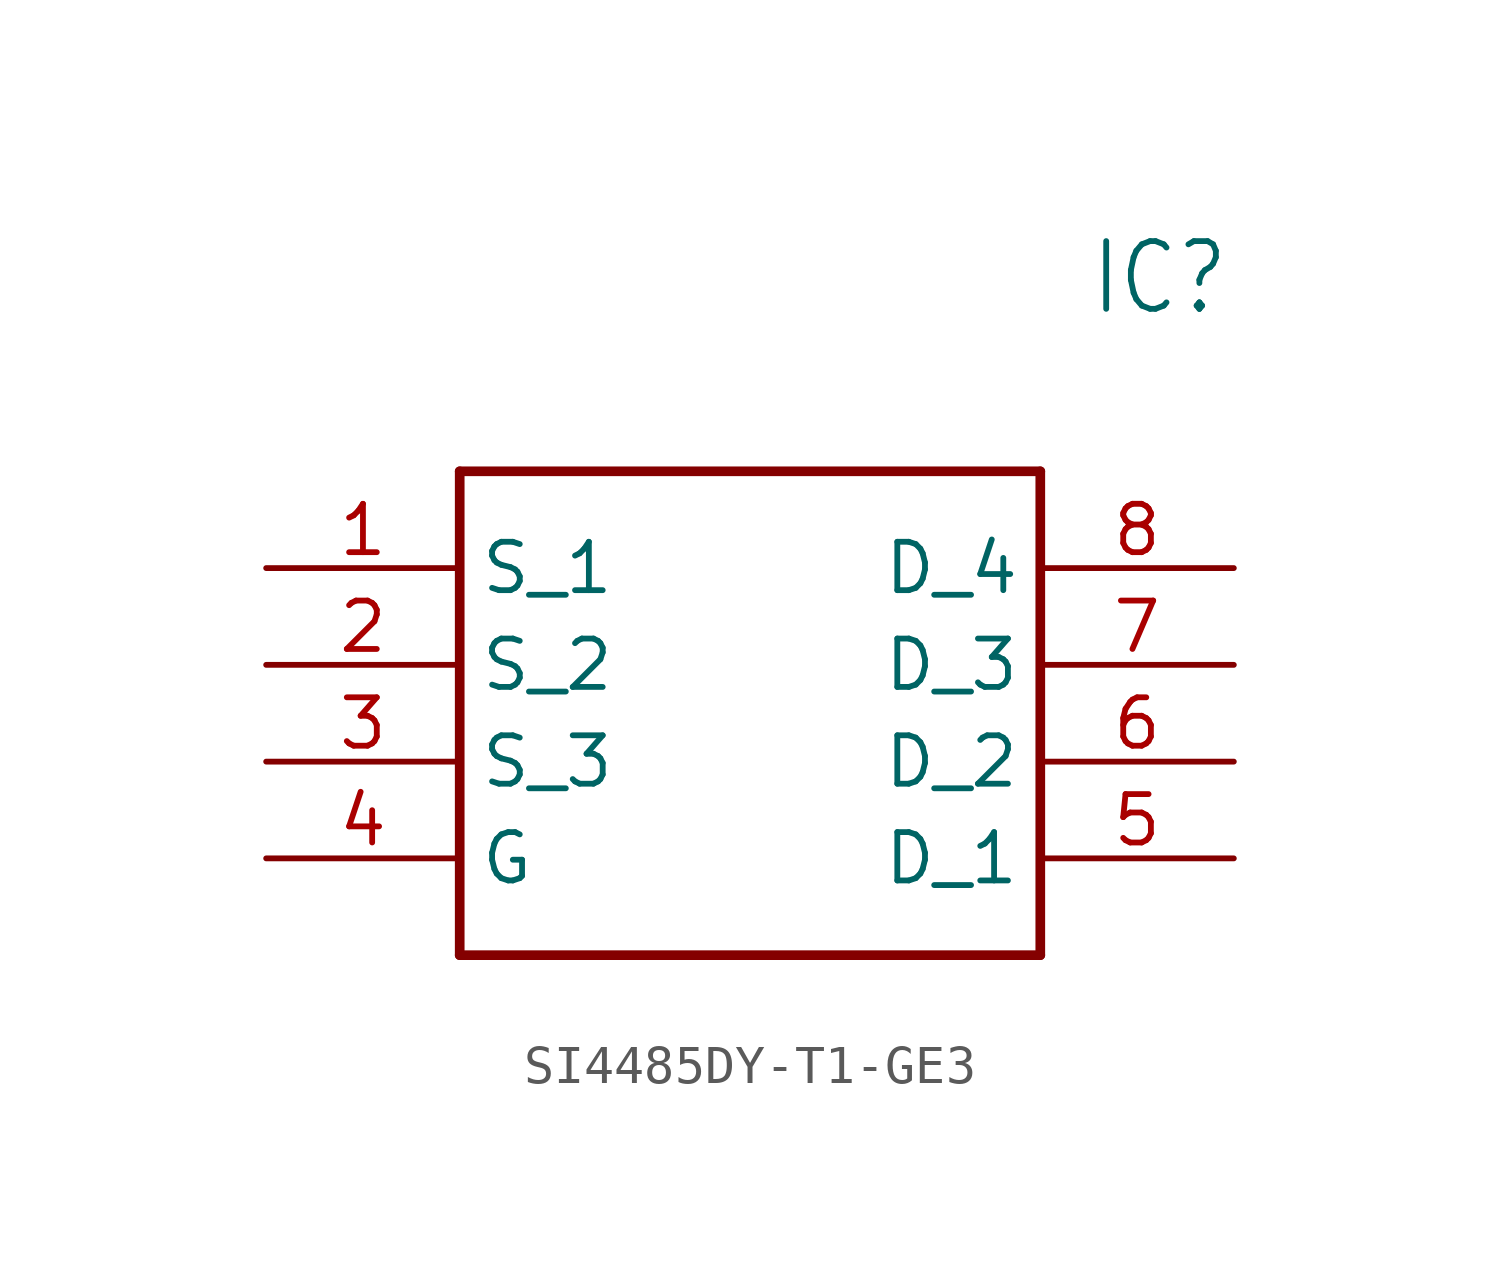
<source format=kicad_sym>
(kicad_symbol_lib
  (version 20231120)
  (generator "kicad_symbol_editor")
  (generator_version "8.0")
  (symbol "SI4485DY-T1-GE3"
    (property "Reference" "IC"
      (at 21.59 7.62 0)
      (effects (font (size 1.778 1.511)) (justify left)))
    (property "Value" ""
      (at 21.59 5.08 0)
      (effects (font (size 1.778 1.511)) (justify left)))
    (property "ki_locked" ""
      (at 0 0 0)
      (effects (font (size 1.27 1.27))))
    (symbol "SI4485DY-T1-GE3_1_0"
      (polyline (pts (xy 5.08 2.54) (xy 5.08 -10.16)) (stroke (width 0.254) (type solid)) (fill (type none)))
      (polyline (pts (xy 5.08 2.54) (xy 20.32 2.54)) (stroke (width 0.254) (type solid)) (fill (type none)))
      (polyline (pts (xy 20.32 -10.16) (xy 5.08 -10.16)) (stroke (width 0.254) (type solid)) (fill (type none)))
      (polyline (pts (xy 20.32 -10.16) (xy 20.32 2.54)) (stroke (width 0.254) (type solid)) (fill (type none)))
      (pin bidirectional line (at 0 0 0) (length 5.08) (name "S_1" (effects (font (size 1.27 1.27)))) (number "1" (effects (font (size 1.27 1.27)))))
      (pin bidirectional line (at 0 -2.54 0) (length 5.08) (name "S_2" (effects (font (size 1.27 1.27)))) (number "2" (effects (font (size 1.27 1.27)))))
      (pin bidirectional line (at 0 -5.08 0) (length 5.08) (name "S_3" (effects (font (size 1.27 1.27)))) (number "3" (effects (font (size 1.27 1.27)))))
      (pin bidirectional line (at 0 -7.62 0) (length 5.08) (name "G" (effects (font (size 1.27 1.27)))) (number "4" (effects (font (size 1.27 1.27)))))
      (pin bidirectional line (at 25.4 -7.62 180) (length 5.08) (name "D_1" (effects (font (size 1.27 1.27)))) (number "5" (effects (font (size 1.27 1.27)))))
      (pin bidirectional line (at 25.4 -5.08 180) (length 5.08) (name "D_2" (effects (font (size 1.27 1.27)))) (number "6" (effects (font (size 1.27 1.27)))))
      (pin bidirectional line (at 25.4 -2.54 180) (length 5.08) (name "D_3" (effects (font (size 1.27 1.27)))) (number "7" (effects (font (size 1.27 1.27)))))
      (pin bidirectional line (at 25.4 0 180) (length 5.08) (name "D_4" (effects (font (size 1.27 1.27)))) (number "8" (effects (font (size 1.27 1.27))))))))
</source>
